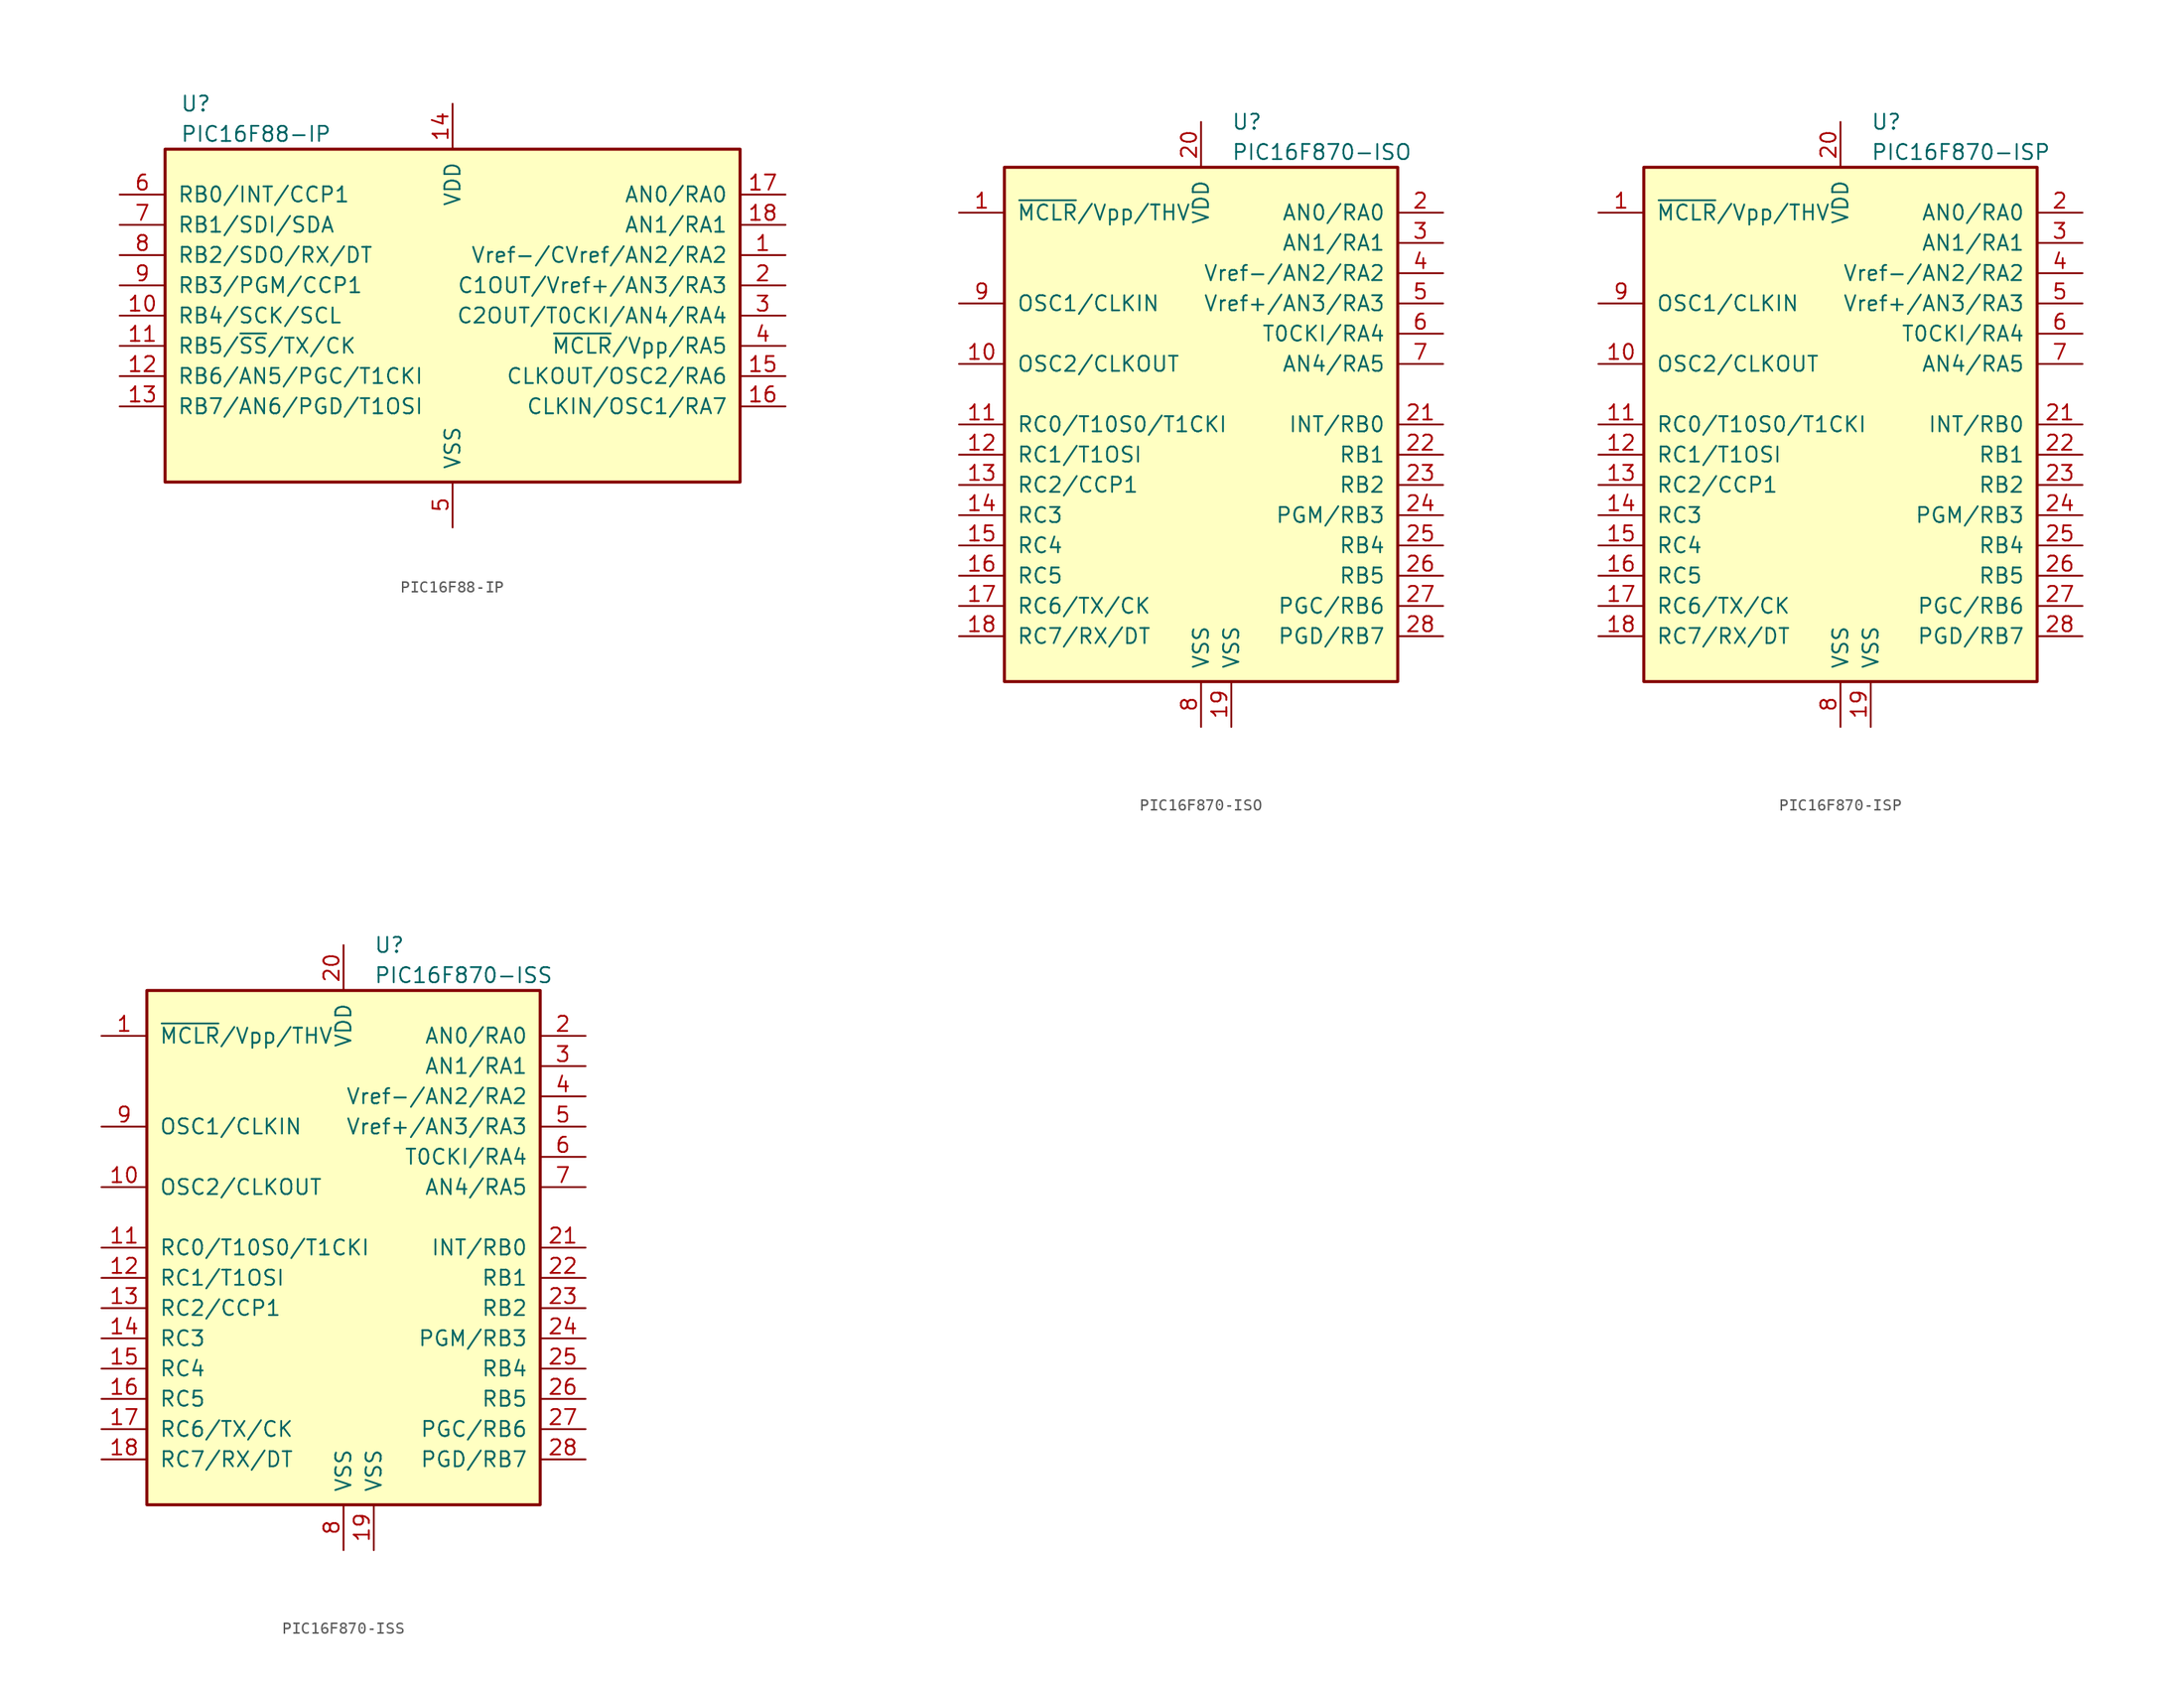
<source format=kicad_sym>
(kicad_symbol_lib
  (version 20201005)
  (generator kicad_symbol_editor)
  (symbol "PIC16F88-IP"
    (pin_names
      (offset 1.016))
    (property "Reference" "U"
      (at -22.86 17.78 0)
      (effects (font (size 1.27 1.27)) (justify left)))
    (property "Value" "PIC16F88-IP"
      (at -22.86 15.24 0)
      (effects (font (size 1.27 1.27)) (justify left)))
    (symbol "PIC16F88-IP_0_1"
      (rectangle (start 24.13 13.97) (end -24.13 -13.97) (stroke (width 0.254)) (fill (type background))))
    (symbol "PIC16F88-IP_1_1"
      (pin bidirectional line (at 27.94 5.08 180) (length 3.81) (name "Vref-/CVref/AN2/RA2" (effects (font (size 1.27 1.27)))) (number "1" (effects (font (size 1.27 1.27)))))
      (pin bidirectional line (at -27.94 0 0) (length 3.81) (name "RB4/SCK/SCL" (effects (font (size 1.27 1.27)))) (number "10" (effects (font (size 1.27 1.27)))))
      (pin bidirectional line (at -27.94 -2.54 0) (length 3.81) (name "RB5/~SS~/TX/CK" (effects (font (size 1.27 1.27)))) (number "11" (effects (font (size 1.27 1.27)))))
      (pin bidirectional line (at -27.94 -5.08 0) (length 3.81) (name "RB6/AN5/PGC/T1CKI" (effects (font (size 1.27 1.27)))) (number "12" (effects (font (size 1.27 1.27)))))
      (pin bidirectional line (at -27.94 -7.62 0) (length 3.81) (name "RB7/AN6/PGD/T1OSI" (effects (font (size 1.27 1.27)))) (number "13" (effects (font (size 1.27 1.27)))))
      (pin power_in line (at 0 17.78 270) (length 3.81) (name "VDD" (effects (font (size 1.27 1.27)))) (number "14" (effects (font (size 1.27 1.27)))))
      (pin bidirectional line (at 27.94 -5.08 180) (length 3.81) (name "CLKOUT/OSC2/RA6" (effects (font (size 1.27 1.27)))) (number "15" (effects (font (size 1.27 1.27)))))
      (pin bidirectional line (at 27.94 -7.62 180) (length 3.81) (name "CLKIN/OSC1/RA7" (effects (font (size 1.27 1.27)))) (number "16" (effects (font (size 1.27 1.27)))))
      (pin bidirectional line (at 27.94 10.16 180) (length 3.81) (name "AN0/RA0" (effects (font (size 1.27 1.27)))) (number "17" (effects (font (size 1.27 1.27)))))
      (pin bidirectional line (at 27.94 7.62 180) (length 3.81) (name "AN1/RA1" (effects (font (size 1.27 1.27)))) (number "18" (effects (font (size 1.27 1.27)))))
      (pin bidirectional line (at 27.94 2.54 180) (length 3.81) (name "C1OUT/Vref+/AN3/RA3" (effects (font (size 1.27 1.27)))) (number "2" (effects (font (size 1.27 1.27)))))
      (pin bidirectional line (at 27.94 0 180) (length 3.81) (name "C2OUT/T0CKI/AN4/RA4" (effects (font (size 1.27 1.27)))) (number "3" (effects (font (size 1.27 1.27)))))
      (pin input line (at 27.94 -2.54 180) (length 3.81) (name "~MCLR~/Vpp/RA5" (effects (font (size 1.27 1.27)))) (number "4" (effects (font (size 1.27 1.27)))))
      (pin power_in line (at 0 -17.78 90) (length 3.81) (name "VSS" (effects (font (size 1.27 1.27)))) (number "5" (effects (font (size 1.27 1.27)))))
      (pin bidirectional line (at -27.94 10.16 0) (length 3.81) (name "RB0/INT/CCP1" (effects (font (size 1.27 1.27)))) (number "6" (effects (font (size 1.27 1.27)))))
      (pin bidirectional line (at -27.94 7.62 0) (length 3.81) (name "RB1/SDI/SDA" (effects (font (size 1.27 1.27)))) (number "7" (effects (font (size 1.27 1.27)))))
      (pin bidirectional line (at -27.94 5.08 0) (length 3.81) (name "RB2/SDO/RX/DT" (effects (font (size 1.27 1.27)))) (number "8" (effects (font (size 1.27 1.27)))))
      (pin bidirectional line (at -27.94 2.54 0) (length 3.81) (name "RB3/PGM/CCP1" (effects (font (size 1.27 1.27)))) (number "9" (effects (font (size 1.27 1.27)))))))
  (symbol "PIC16F870-ISO"
    (pin_names
      (offset 1.016))
    (property "Reference" "U"
      (at 2.54 25.4 0)
      (effects (font (size 1.27 1.27)) (justify left)))
    (property "Value" "PIC16F870-ISO"
      (at 2.54 22.86 0)
      (effects (font (size 1.27 1.27)) (justify left)))
    (symbol "PIC16F870-ISO_0_1"
      (rectangle (start -16.51 -21.59) (end 16.51 21.59) (stroke (width 0.254)) (fill (type background))))
    (symbol "PIC16F870-ISO_1_1"
      (pin input line (at -20.32 17.78 0) (length 3.81) (name "~MCLR~/Vpp/THV" (effects (font (size 1.27 1.27)))) (number "1" (effects (font (size 1.27 1.27)))))
      (pin output line (at -20.32 5.08 0) (length 3.81) (name "OSC2/CLKOUT" (effects (font (size 1.27 1.27)))) (number "10" (effects (font (size 1.27 1.27)))))
      (pin bidirectional line (at -20.32 0 0) (length 3.81) (name "RC0/T10S0/T1CKI" (effects (font (size 1.27 1.27)))) (number "11" (effects (font (size 1.27 1.27)))))
      (pin bidirectional line (at -20.32 -2.54 0) (length 3.81) (name "RC1/T1OSI" (effects (font (size 1.27 1.27)))) (number "12" (effects (font (size 1.27 1.27)))))
      (pin bidirectional line (at -20.32 -5.08 0) (length 3.81) (name "RC2/CCP1" (effects (font (size 1.27 1.27)))) (number "13" (effects (font (size 1.27 1.27)))))
      (pin bidirectional line (at -20.32 -7.62 0) (length 3.81) (name "RC3" (effects (font (size 1.27 1.27)))) (number "14" (effects (font (size 1.27 1.27)))))
      (pin bidirectional line (at -20.32 -10.16 0) (length 3.81) (name "RC4" (effects (font (size 1.27 1.27)))) (number "15" (effects (font (size 1.27 1.27)))))
      (pin bidirectional line (at -20.32 -12.7 0) (length 3.81) (name "RC5" (effects (font (size 1.27 1.27)))) (number "16" (effects (font (size 1.27 1.27)))))
      (pin bidirectional line (at -20.32 -15.24 0) (length 3.81) (name "RC6/TX/CK" (effects (font (size 1.27 1.27)))) (number "17" (effects (font (size 1.27 1.27)))))
      (pin bidirectional line (at -20.32 -17.78 0) (length 3.81) (name "RC7/RX/DT" (effects (font (size 1.27 1.27)))) (number "18" (effects (font (size 1.27 1.27)))))
      (pin power_in line (at 2.54 -25.4 90) (length 3.81) (name "VSS" (effects (font (size 1.27 1.27)))) (number "19" (effects (font (size 1.27 1.27)))))
      (pin bidirectional line (at 20.32 17.78 180) (length 3.81) (name "AN0/RA0" (effects (font (size 1.27 1.27)))) (number "2" (effects (font (size 1.27 1.27)))))
      (pin power_in line (at 0 25.4 270) (length 3.81) (name "VDD" (effects (font (size 1.27 1.27)))) (number "20" (effects (font (size 1.27 1.27)))))
      (pin bidirectional line (at 20.32 0 180) (length 3.81) (name "INT/RB0" (effects (font (size 1.27 1.27)))) (number "21" (effects (font (size 1.27 1.27)))))
      (pin bidirectional line (at 20.32 -2.54 180) (length 3.81) (name "RB1" (effects (font (size 1.27 1.27)))) (number "22" (effects (font (size 1.27 1.27)))))
      (pin bidirectional line (at 20.32 -5.08 180) (length 3.81) (name "RB2" (effects (font (size 1.27 1.27)))) (number "23" (effects (font (size 1.27 1.27)))))
      (pin bidirectional line (at 20.32 -7.62 180) (length 3.81) (name "PGM/RB3" (effects (font (size 1.27 1.27)))) (number "24" (effects (font (size 1.27 1.27)))))
      (pin bidirectional line (at 20.32 -10.16 180) (length 3.81) (name "RB4" (effects (font (size 1.27 1.27)))) (number "25" (effects (font (size 1.27 1.27)))))
      (pin bidirectional line (at 20.32 -12.7 180) (length 3.81) (name "RB5" (effects (font (size 1.27 1.27)))) (number "26" (effects (font (size 1.27 1.27)))))
      (pin bidirectional line (at 20.32 -15.24 180) (length 3.81) (name "PGC/RB6" (effects (font (size 1.27 1.27)))) (number "27" (effects (font (size 1.27 1.27)))))
      (pin bidirectional line (at 20.32 -17.78 180) (length 3.81) (name "PGD/RB7" (effects (font (size 1.27 1.27)))) (number "28" (effects (font (size 1.27 1.27)))))
      (pin bidirectional line (at 20.32 15.24 180) (length 3.81) (name "AN1/RA1" (effects (font (size 1.27 1.27)))) (number "3" (effects (font (size 1.27 1.27)))))
      (pin bidirectional line (at 20.32 12.7 180) (length 3.81) (name "Vref-/AN2/RA2" (effects (font (size 1.27 1.27)))) (number "4" (effects (font (size 1.27 1.27)))))
      (pin bidirectional line (at 20.32 10.16 180) (length 3.81) (name "Vref+/AN3/RA3" (effects (font (size 1.27 1.27)))) (number "5" (effects (font (size 1.27 1.27)))))
      (pin bidirectional line (at 20.32 7.62 180) (length 3.81) (name "T0CKI/RA4" (effects (font (size 1.27 1.27)))) (number "6" (effects (font (size 1.27 1.27)))))
      (pin bidirectional line (at 20.32 5.08 180) (length 3.81) (name "AN4/RA5" (effects (font (size 1.27 1.27)))) (number "7" (effects (font (size 1.27 1.27)))))
      (pin power_in line (at 0 -25.4 90) (length 3.81) (name "VSS" (effects (font (size 1.27 1.27)))) (number "8" (effects (font (size 1.27 1.27)))))
      (pin input line (at -20.32 10.16 0) (length 3.81) (name "OSC1/CLKIN" (effects (font (size 1.27 1.27)))) (number "9" (effects (font (size 1.27 1.27)))))))
  (symbol "PIC16F870-ISP"
    (pin_names
      (offset 1.016))
    (property "Reference" "U"
      (at 2.54 25.4 0)
      (effects (font (size 1.27 1.27)) (justify left)))
    (property "Value" "PIC16F870-ISP"
      (at 2.54 22.86 0)
      (effects (font (size 1.27 1.27)) (justify left)))
    (symbol "PIC16F870-ISP_0_1"
      (rectangle (start -16.51 -21.59) (end 16.51 21.59) (stroke (width 0.254)) (fill (type background))))
    (symbol "PIC16F870-ISP_1_1"
      (pin input line (at -20.32 17.78 0) (length 3.81) (name "~MCLR~/Vpp/THV" (effects (font (size 1.27 1.27)))) (number "1" (effects (font (size 1.27 1.27)))))
      (pin output line (at -20.32 5.08 0) (length 3.81) (name "OSC2/CLKOUT" (effects (font (size 1.27 1.27)))) (number "10" (effects (font (size 1.27 1.27)))))
      (pin bidirectional line (at -20.32 0 0) (length 3.81) (name "RC0/T10S0/T1CKI" (effects (font (size 1.27 1.27)))) (number "11" (effects (font (size 1.27 1.27)))))
      (pin bidirectional line (at -20.32 -2.54 0) (length 3.81) (name "RC1/T1OSI" (effects (font (size 1.27 1.27)))) (number "12" (effects (font (size 1.27 1.27)))))
      (pin bidirectional line (at -20.32 -5.08 0) (length 3.81) (name "RC2/CCP1" (effects (font (size 1.27 1.27)))) (number "13" (effects (font (size 1.27 1.27)))))
      (pin bidirectional line (at -20.32 -7.62 0) (length 3.81) (name "RC3" (effects (font (size 1.27 1.27)))) (number "14" (effects (font (size 1.27 1.27)))))
      (pin bidirectional line (at -20.32 -10.16 0) (length 3.81) (name "RC4" (effects (font (size 1.27 1.27)))) (number "15" (effects (font (size 1.27 1.27)))))
      (pin bidirectional line (at -20.32 -12.7 0) (length 3.81) (name "RC5" (effects (font (size 1.27 1.27)))) (number "16" (effects (font (size 1.27 1.27)))))
      (pin bidirectional line (at -20.32 -15.24 0) (length 3.81) (name "RC6/TX/CK" (effects (font (size 1.27 1.27)))) (number "17" (effects (font (size 1.27 1.27)))))
      (pin bidirectional line (at -20.32 -17.78 0) (length 3.81) (name "RC7/RX/DT" (effects (font (size 1.27 1.27)))) (number "18" (effects (font (size 1.27 1.27)))))
      (pin power_in line (at 2.54 -25.4 90) (length 3.81) (name "VSS" (effects (font (size 1.27 1.27)))) (number "19" (effects (font (size 1.27 1.27)))))
      (pin bidirectional line (at 20.32 17.78 180) (length 3.81) (name "AN0/RA0" (effects (font (size 1.27 1.27)))) (number "2" (effects (font (size 1.27 1.27)))))
      (pin power_in line (at 0 25.4 270) (length 3.81) (name "VDD" (effects (font (size 1.27 1.27)))) (number "20" (effects (font (size 1.27 1.27)))))
      (pin bidirectional line (at 20.32 0 180) (length 3.81) (name "INT/RB0" (effects (font (size 1.27 1.27)))) (number "21" (effects (font (size 1.27 1.27)))))
      (pin bidirectional line (at 20.32 -2.54 180) (length 3.81) (name "RB1" (effects (font (size 1.27 1.27)))) (number "22" (effects (font (size 1.27 1.27)))))
      (pin bidirectional line (at 20.32 -5.08 180) (length 3.81) (name "RB2" (effects (font (size 1.27 1.27)))) (number "23" (effects (font (size 1.27 1.27)))))
      (pin bidirectional line (at 20.32 -7.62 180) (length 3.81) (name "PGM/RB3" (effects (font (size 1.27 1.27)))) (number "24" (effects (font (size 1.27 1.27)))))
      (pin bidirectional line (at 20.32 -10.16 180) (length 3.81) (name "RB4" (effects (font (size 1.27 1.27)))) (number "25" (effects (font (size 1.27 1.27)))))
      (pin bidirectional line (at 20.32 -12.7 180) (length 3.81) (name "RB5" (effects (font (size 1.27 1.27)))) (number "26" (effects (font (size 1.27 1.27)))))
      (pin bidirectional line (at 20.32 -15.24 180) (length 3.81) (name "PGC/RB6" (effects (font (size 1.27 1.27)))) (number "27" (effects (font (size 1.27 1.27)))))
      (pin bidirectional line (at 20.32 -17.78 180) (length 3.81) (name "PGD/RB7" (effects (font (size 1.27 1.27)))) (number "28" (effects (font (size 1.27 1.27)))))
      (pin bidirectional line (at 20.32 15.24 180) (length 3.81) (name "AN1/RA1" (effects (font (size 1.27 1.27)))) (number "3" (effects (font (size 1.27 1.27)))))
      (pin bidirectional line (at 20.32 12.7 180) (length 3.81) (name "Vref-/AN2/RA2" (effects (font (size 1.27 1.27)))) (number "4" (effects (font (size 1.27 1.27)))))
      (pin bidirectional line (at 20.32 10.16 180) (length 3.81) (name "Vref+/AN3/RA3" (effects (font (size 1.27 1.27)))) (number "5" (effects (font (size 1.27 1.27)))))
      (pin bidirectional line (at 20.32 7.62 180) (length 3.81) (name "T0CKI/RA4" (effects (font (size 1.27 1.27)))) (number "6" (effects (font (size 1.27 1.27)))))
      (pin bidirectional line (at 20.32 5.08 180) (length 3.81) (name "AN4/RA5" (effects (font (size 1.27 1.27)))) (number "7" (effects (font (size 1.27 1.27)))))
      (pin power_in line (at 0 -25.4 90) (length 3.81) (name "VSS" (effects (font (size 1.27 1.27)))) (number "8" (effects (font (size 1.27 1.27)))))
      (pin input line (at -20.32 10.16 0) (length 3.81) (name "OSC1/CLKIN" (effects (font (size 1.27 1.27)))) (number "9" (effects (font (size 1.27 1.27)))))))
  (symbol "PIC16F870-ISS"
    (pin_names
      (offset 1.016))
    (property "Reference" "U"
      (at 2.54 25.4 0)
      (effects (font (size 1.27 1.27)) (justify left)))
    (property "Value" "PIC16F870-ISS"
      (at 2.54 22.86 0)
      (effects (font (size 1.27 1.27)) (justify left)))
    (symbol "PIC16F870-ISS_0_1"
      (rectangle (start -16.51 -21.59) (end 16.51 21.59) (stroke (width 0.254)) (fill (type background))))
    (symbol "PIC16F870-ISS_1_1"
      (pin input line (at -20.32 17.78 0) (length 3.81) (name "~MCLR~/Vpp/THV" (effects (font (size 1.27 1.27)))) (number "1" (effects (font (size 1.27 1.27)))))
      (pin output line (at -20.32 5.08 0) (length 3.81) (name "OSC2/CLKOUT" (effects (font (size 1.27 1.27)))) (number "10" (effects (font (size 1.27 1.27)))))
      (pin bidirectional line (at -20.32 0 0) (length 3.81) (name "RC0/T10S0/T1CKI" (effects (font (size 1.27 1.27)))) (number "11" (effects (font (size 1.27 1.27)))))
      (pin bidirectional line (at -20.32 -2.54 0) (length 3.81) (name "RC1/T1OSI" (effects (font (size 1.27 1.27)))) (number "12" (effects (font (size 1.27 1.27)))))
      (pin bidirectional line (at -20.32 -5.08 0) (length 3.81) (name "RC2/CCP1" (effects (font (size 1.27 1.27)))) (number "13" (effects (font (size 1.27 1.27)))))
      (pin bidirectional line (at -20.32 -7.62 0) (length 3.81) (name "RC3" (effects (font (size 1.27 1.27)))) (number "14" (effects (font (size 1.27 1.27)))))
      (pin bidirectional line (at -20.32 -10.16 0) (length 3.81) (name "RC4" (effects (font (size 1.27 1.27)))) (number "15" (effects (font (size 1.27 1.27)))))
      (pin bidirectional line (at -20.32 -12.7 0) (length 3.81) (name "RC5" (effects (font (size 1.27 1.27)))) (number "16" (effects (font (size 1.27 1.27)))))
      (pin bidirectional line (at -20.32 -15.24 0) (length 3.81) (name "RC6/TX/CK" (effects (font (size 1.27 1.27)))) (number "17" (effects (font (size 1.27 1.27)))))
      (pin bidirectional line (at -20.32 -17.78 0) (length 3.81) (name "RC7/RX/DT" (effects (font (size 1.27 1.27)))) (number "18" (effects (font (size 1.27 1.27)))))
      (pin power_in line (at 2.54 -25.4 90) (length 3.81) (name "VSS" (effects (font (size 1.27 1.27)))) (number "19" (effects (font (size 1.27 1.27)))))
      (pin bidirectional line (at 20.32 17.78 180) (length 3.81) (name "AN0/RA0" (effects (font (size 1.27 1.27)))) (number "2" (effects (font (size 1.27 1.27)))))
      (pin power_in line (at 0 25.4 270) (length 3.81) (name "VDD" (effects (font (size 1.27 1.27)))) (number "20" (effects (font (size 1.27 1.27)))))
      (pin bidirectional line (at 20.32 0 180) (length 3.81) (name "INT/RB0" (effects (font (size 1.27 1.27)))) (number "21" (effects (font (size 1.27 1.27)))))
      (pin bidirectional line (at 20.32 -2.54 180) (length 3.81) (name "RB1" (effects (font (size 1.27 1.27)))) (number "22" (effects (font (size 1.27 1.27)))))
      (pin bidirectional line (at 20.32 -5.08 180) (length 3.81) (name "RB2" (effects (font (size 1.27 1.27)))) (number "23" (effects (font (size 1.27 1.27)))))
      (pin bidirectional line (at 20.32 -7.62 180) (length 3.81) (name "PGM/RB3" (effects (font (size 1.27 1.27)))) (number "24" (effects (font (size 1.27 1.27)))))
      (pin bidirectional line (at 20.32 -10.16 180) (length 3.81) (name "RB4" (effects (font (size 1.27 1.27)))) (number "25" (effects (font (size 1.27 1.27)))))
      (pin bidirectional line (at 20.32 -12.7 180) (length 3.81) (name "RB5" (effects (font (size 1.27 1.27)))) (number "26" (effects (font (size 1.27 1.27)))))
      (pin bidirectional line (at 20.32 -15.24 180) (length 3.81) (name "PGC/RB6" (effects (font (size 1.27 1.27)))) (number "27" (effects (font (size 1.27 1.27)))))
      (pin bidirectional line (at 20.32 -17.78 180) (length 3.81) (name "PGD/RB7" (effects (font (size 1.27 1.27)))) (number "28" (effects (font (size 1.27 1.27)))))
      (pin bidirectional line (at 20.32 15.24 180) (length 3.81) (name "AN1/RA1" (effects (font (size 1.27 1.27)))) (number "3" (effects (font (size 1.27 1.27)))))
      (pin bidirectional line (at 20.32 12.7 180) (length 3.81) (name "Vref-/AN2/RA2" (effects (font (size 1.27 1.27)))) (number "4" (effects (font (size 1.27 1.27)))))
      (pin bidirectional line (at 20.32 10.16 180) (length 3.81) (name "Vref+/AN3/RA3" (effects (font (size 1.27 1.27)))) (number "5" (effects (font (size 1.27 1.27)))))
      (pin bidirectional line (at 20.32 7.62 180) (length 3.81) (name "T0CKI/RA4" (effects (font (size 1.27 1.27)))) (number "6" (effects (font (size 1.27 1.27)))))
      (pin bidirectional line (at 20.32 5.08 180) (length 3.81) (name "AN4/RA5" (effects (font (size 1.27 1.27)))) (number "7" (effects (font (size 1.27 1.27)))))
      (pin power_in line (at 0 -25.4 90) (length 3.81) (name "VSS" (effects (font (size 1.27 1.27)))) (number "8" (effects (font (size 1.27 1.27)))))
      (pin input line (at -20.32 10.16 0) (length 3.81) (name "OSC1/CLKIN" (effects (font (size 1.27 1.27)))) (number "9" (effects (font (size 1.27 1.27))))))))
</source>
